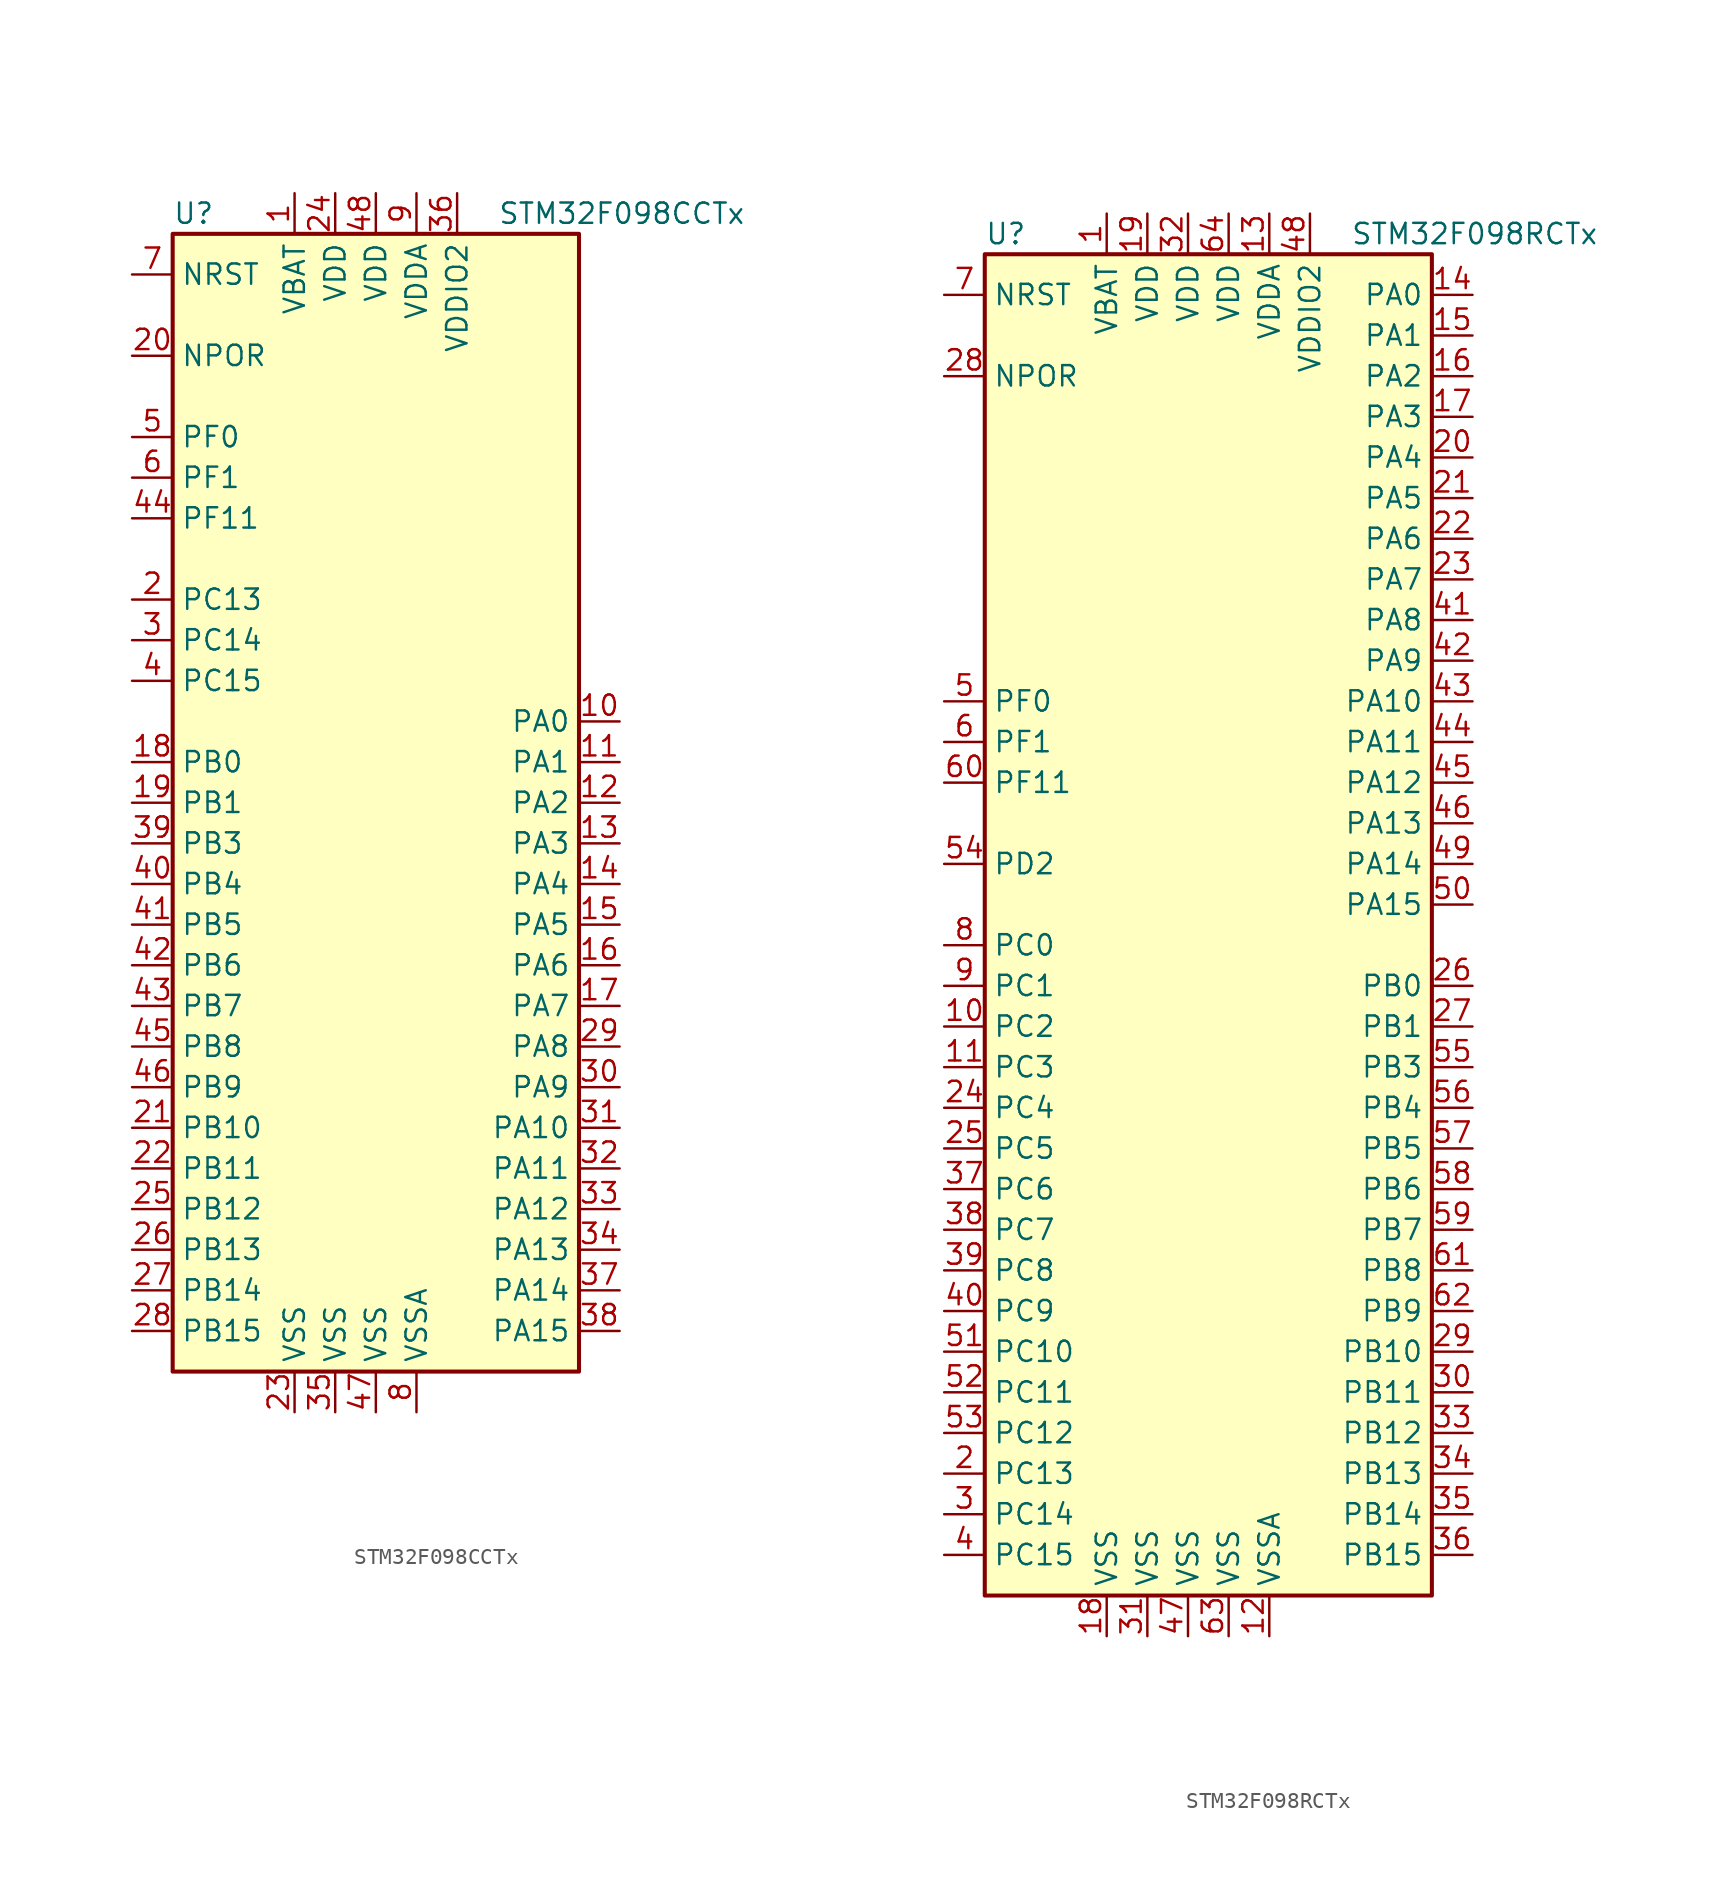
<source format=kicad_sym>
(kicad_symbol_lib
  (version 20201005)
  (generator kicad_symbol_editor)
  (symbol "MCU_ST_STM32F0:STM32F098CCTx"
    (property "Reference" "U"
      (at -12.7 36.83 0)
      (effects (font (size 1.27 1.27)) (justify left)))
    (property "Value" "STM32F098CCTx"
      (at 7.62 36.83 0)
      (effects (font (size 1.27 1.27)) (justify left)))
    (symbol "STM32F098CCTx_0_1"
      (rectangle (start -12.7 -35.56) (end 12.7 35.56) (stroke (width 0.254)) (fill (type background))))
    (symbol "STM32F098CCTx_1_1"
      (pin power_in line (at -5.08 38.1 270) (length 2.54) (name "VBAT" (effects (font (size 1.27 1.27)))) (number "1" (effects (font (size 1.27 1.27)))))
      (pin bidirectional line (at 15.24 5.08 180) (length 2.54) (name "PA0" (effects (font (size 1.27 1.27)))) (number "10" (effects (font (size 1.27 1.27)))))
      (pin bidirectional line (at 15.24 2.54 180) (length 2.54) (name "PA1" (effects (font (size 1.27 1.27)))) (number "11" (effects (font (size 1.27 1.27)))))
      (pin bidirectional line (at 15.24 0 180) (length 2.54) (name "PA2" (effects (font (size 1.27 1.27)))) (number "12" (effects (font (size 1.27 1.27)))))
      (pin bidirectional line (at 15.24 -2.54 180) (length 2.54) (name "PA3" (effects (font (size 1.27 1.27)))) (number "13" (effects (font (size 1.27 1.27)))))
      (pin bidirectional line (at 15.24 -5.08 180) (length 2.54) (name "PA4" (effects (font (size 1.27 1.27)))) (number "14" (effects (font (size 1.27 1.27)))))
      (pin bidirectional line (at 15.24 -7.62 180) (length 2.54) (name "PA5" (effects (font (size 1.27 1.27)))) (number "15" (effects (font (size 1.27 1.27)))))
      (pin bidirectional line (at 15.24 -10.16 180) (length 2.54) (name "PA6" (effects (font (size 1.27 1.27)))) (number "16" (effects (font (size 1.27 1.27)))))
      (pin bidirectional line (at 15.24 -12.7 180) (length 2.54) (name "PA7" (effects (font (size 1.27 1.27)))) (number "17" (effects (font (size 1.27 1.27)))))
      (pin bidirectional line (at -15.24 2.54 0) (length 2.54) (name "PB0" (effects (font (size 1.27 1.27)))) (number "18" (effects (font (size 1.27 1.27)))))
      (pin bidirectional line (at -15.24 0 0) (length 2.54) (name "PB1" (effects (font (size 1.27 1.27)))) (number "19" (effects (font (size 1.27 1.27)))))
      (pin bidirectional line (at -15.24 12.7 0) (length 2.54) (name "PC13" (effects (font (size 1.27 1.27)))) (number "2" (effects (font (size 1.27 1.27)))))
      (pin power_in line (at -15.24 27.94 0) (length 2.54) (name "NPOR" (effects (font (size 1.27 1.27)))) (number "20" (effects (font (size 1.27 1.27)))))
      (pin bidirectional line (at -15.24 -20.32 0) (length 2.54) (name "PB10" (effects (font (size 1.27 1.27)))) (number "21" (effects (font (size 1.27 1.27)))))
      (pin bidirectional line (at -15.24 -22.86 0) (length 2.54) (name "PB11" (effects (font (size 1.27 1.27)))) (number "22" (effects (font (size 1.27 1.27)))))
      (pin power_in line (at -5.08 -38.1 90) (length 2.54) (name "VSS" (effects (font (size 1.27 1.27)))) (number "23" (effects (font (size 1.27 1.27)))))
      (pin power_in line (at -2.54 38.1 270) (length 2.54) (name "VDD" (effects (font (size 1.27 1.27)))) (number "24" (effects (font (size 1.27 1.27)))))
      (pin bidirectional line (at -15.24 -25.4 0) (length 2.54) (name "PB12" (effects (font (size 1.27 1.27)))) (number "25" (effects (font (size 1.27 1.27)))))
      (pin bidirectional line (at -15.24 -27.94 0) (length 2.54) (name "PB13" (effects (font (size 1.27 1.27)))) (number "26" (effects (font (size 1.27 1.27)))))
      (pin bidirectional line (at -15.24 -30.48 0) (length 2.54) (name "PB14" (effects (font (size 1.27 1.27)))) (number "27" (effects (font (size 1.27 1.27)))))
      (pin bidirectional line (at -15.24 -33.02 0) (length 2.54) (name "PB15" (effects (font (size 1.27 1.27)))) (number "28" (effects (font (size 1.27 1.27)))))
      (pin bidirectional line (at 15.24 -15.24 180) (length 2.54) (name "PA8" (effects (font (size 1.27 1.27)))) (number "29" (effects (font (size 1.27 1.27)))))
      (pin bidirectional line (at -15.24 10.16 0) (length 2.54) (name "PC14" (effects (font (size 1.27 1.27)))) (number "3" (effects (font (size 1.27 1.27)))))
      (pin bidirectional line (at 15.24 -17.78 180) (length 2.54) (name "PA9" (effects (font (size 1.27 1.27)))) (number "30" (effects (font (size 1.27 1.27)))))
      (pin bidirectional line (at 15.24 -20.32 180) (length 2.54) (name "PA10" (effects (font (size 1.27 1.27)))) (number "31" (effects (font (size 1.27 1.27)))))
      (pin bidirectional line (at 15.24 -22.86 180) (length 2.54) (name "PA11" (effects (font (size 1.27 1.27)))) (number "32" (effects (font (size 1.27 1.27)))))
      (pin bidirectional line (at 15.24 -25.4 180) (length 2.54) (name "PA12" (effects (font (size 1.27 1.27)))) (number "33" (effects (font (size 1.27 1.27)))))
      (pin bidirectional line (at 15.24 -27.94 180) (length 2.54) (name "PA13" (effects (font (size 1.27 1.27)))) (number "34" (effects (font (size 1.27 1.27)))))
      (pin power_in line (at -2.54 -38.1 90) (length 2.54) (name "VSS" (effects (font (size 1.27 1.27)))) (number "35" (effects (font (size 1.27 1.27)))))
      (pin power_in line (at 5.08 38.1 270) (length 2.54) (name "VDDIO2" (effects (font (size 1.27 1.27)))) (number "36" (effects (font (size 1.27 1.27)))))
      (pin bidirectional line (at 15.24 -30.48 180) (length 2.54) (name "PA14" (effects (font (size 1.27 1.27)))) (number "37" (effects (font (size 1.27 1.27)))))
      (pin bidirectional line (at 15.24 -33.02 180) (length 2.54) (name "PA15" (effects (font (size 1.27 1.27)))) (number "38" (effects (font (size 1.27 1.27)))))
      (pin bidirectional line (at -15.24 -2.54 0) (length 2.54) (name "PB3" (effects (font (size 1.27 1.27)))) (number "39" (effects (font (size 1.27 1.27)))))
      (pin bidirectional line (at -15.24 7.62 0) (length 2.54) (name "PC15" (effects (font (size 1.27 1.27)))) (number "4" (effects (font (size 1.27 1.27)))))
      (pin bidirectional line (at -15.24 -5.08 0) (length 2.54) (name "PB4" (effects (font (size 1.27 1.27)))) (number "40" (effects (font (size 1.27 1.27)))))
      (pin bidirectional line (at -15.24 -7.62 0) (length 2.54) (name "PB5" (effects (font (size 1.27 1.27)))) (number "41" (effects (font (size 1.27 1.27)))))
      (pin bidirectional line (at -15.24 -10.16 0) (length 2.54) (name "PB6" (effects (font (size 1.27 1.27)))) (number "42" (effects (font (size 1.27 1.27)))))
      (pin bidirectional line (at -15.24 -12.7 0) (length 2.54) (name "PB7" (effects (font (size 1.27 1.27)))) (number "43" (effects (font (size 1.27 1.27)))))
      (pin bidirectional line (at -15.24 17.78 0) (length 2.54) (name "PF11" (effects (font (size 1.27 1.27)))) (number "44" (effects (font (size 1.27 1.27)))))
      (pin bidirectional line (at -15.24 -15.24 0) (length 2.54) (name "PB8" (effects (font (size 1.27 1.27)))) (number "45" (effects (font (size 1.27 1.27)))))
      (pin bidirectional line (at -15.24 -17.78 0) (length 2.54) (name "PB9" (effects (font (size 1.27 1.27)))) (number "46" (effects (font (size 1.27 1.27)))))
      (pin power_in line (at 0 -38.1 90) (length 2.54) (name "VSS" (effects (font (size 1.27 1.27)))) (number "47" (effects (font (size 1.27 1.27)))))
      (pin power_in line (at 0 38.1 270) (length 2.54) (name "VDD" (effects (font (size 1.27 1.27)))) (number "48" (effects (font (size 1.27 1.27)))))
      (pin input line (at -15.24 22.86 0) (length 2.54) (name "PF0" (effects (font (size 1.27 1.27)))) (number "5" (effects (font (size 1.27 1.27)))))
      (pin input line (at -15.24 20.32 0) (length 2.54) (name "PF1" (effects (font (size 1.27 1.27)))) (number "6" (effects (font (size 1.27 1.27)))))
      (pin input line (at -15.24 33.02 0) (length 2.54) (name "NRST" (effects (font (size 1.27 1.27)))) (number "7" (effects (font (size 1.27 1.27)))))
      (pin power_in line (at 2.54 -38.1 90) (length 2.54) (name "VSSA" (effects (font (size 1.27 1.27)))) (number "8" (effects (font (size 1.27 1.27)))))
      (pin power_in line (at 2.54 38.1 270) (length 2.54) (name "VDDA" (effects (font (size 1.27 1.27)))) (number "9" (effects (font (size 1.27 1.27)))))))
  (symbol "MCU_ST_STM32F0:STM32F098RCTx"
    (property "Reference" "U"
      (at -15.24 41.91 0)
      (effects (font (size 1.27 1.27)) (justify left)))
    (property "Value" "STM32F098RCTx"
      (at 7.62 41.91 0)
      (effects (font (size 1.27 1.27)) (justify left)))
    (symbol "STM32F098RCTx_0_1"
      (rectangle (start -15.24 -43.18) (end 12.7 40.64) (stroke (width 0.254)) (fill (type background))))
    (symbol "STM32F098RCTx_1_1"
      (pin power_in line (at -7.62 43.18 270) (length 2.54) (name "VBAT" (effects (font (size 1.27 1.27)))) (number "1" (effects (font (size 1.27 1.27)))))
      (pin bidirectional line (at -17.78 -7.62 0) (length 2.54) (name "PC2" (effects (font (size 1.27 1.27)))) (number "10" (effects (font (size 1.27 1.27)))))
      (pin bidirectional line (at -17.78 -10.16 0) (length 2.54) (name "PC3" (effects (font (size 1.27 1.27)))) (number "11" (effects (font (size 1.27 1.27)))))
      (pin power_in line (at 2.54 -45.72 90) (length 2.54) (name "VSSA" (effects (font (size 1.27 1.27)))) (number "12" (effects (font (size 1.27 1.27)))))
      (pin power_in line (at 2.54 43.18 270) (length 2.54) (name "VDDA" (effects (font (size 1.27 1.27)))) (number "13" (effects (font (size 1.27 1.27)))))
      (pin bidirectional line (at 15.24 38.1 180) (length 2.54) (name "PA0" (effects (font (size 1.27 1.27)))) (number "14" (effects (font (size 1.27 1.27)))))
      (pin bidirectional line (at 15.24 35.56 180) (length 2.54) (name "PA1" (effects (font (size 1.27 1.27)))) (number "15" (effects (font (size 1.27 1.27)))))
      (pin bidirectional line (at 15.24 33.02 180) (length 2.54) (name "PA2" (effects (font (size 1.27 1.27)))) (number "16" (effects (font (size 1.27 1.27)))))
      (pin bidirectional line (at 15.24 30.48 180) (length 2.54) (name "PA3" (effects (font (size 1.27 1.27)))) (number "17" (effects (font (size 1.27 1.27)))))
      (pin power_in line (at -7.62 -45.72 90) (length 2.54) (name "VSS" (effects (font (size 1.27 1.27)))) (number "18" (effects (font (size 1.27 1.27)))))
      (pin power_in line (at -5.08 43.18 270) (length 2.54) (name "VDD" (effects (font (size 1.27 1.27)))) (number "19" (effects (font (size 1.27 1.27)))))
      (pin bidirectional line (at -17.78 -35.56 0) (length 2.54) (name "PC13" (effects (font (size 1.27 1.27)))) (number "2" (effects (font (size 1.27 1.27)))))
      (pin bidirectional line (at 15.24 27.94 180) (length 2.54) (name "PA4" (effects (font (size 1.27 1.27)))) (number "20" (effects (font (size 1.27 1.27)))))
      (pin bidirectional line (at 15.24 25.4 180) (length 2.54) (name "PA5" (effects (font (size 1.27 1.27)))) (number "21" (effects (font (size 1.27 1.27)))))
      (pin bidirectional line (at 15.24 22.86 180) (length 2.54) (name "PA6" (effects (font (size 1.27 1.27)))) (number "22" (effects (font (size 1.27 1.27)))))
      (pin bidirectional line (at 15.24 20.32 180) (length 2.54) (name "PA7" (effects (font (size 1.27 1.27)))) (number "23" (effects (font (size 1.27 1.27)))))
      (pin bidirectional line (at -17.78 -12.7 0) (length 2.54) (name "PC4" (effects (font (size 1.27 1.27)))) (number "24" (effects (font (size 1.27 1.27)))))
      (pin bidirectional line (at -17.78 -15.24 0) (length 2.54) (name "PC5" (effects (font (size 1.27 1.27)))) (number "25" (effects (font (size 1.27 1.27)))))
      (pin bidirectional line (at 15.24 -5.08 180) (length 2.54) (name "PB0" (effects (font (size 1.27 1.27)))) (number "26" (effects (font (size 1.27 1.27)))))
      (pin bidirectional line (at 15.24 -7.62 180) (length 2.54) (name "PB1" (effects (font (size 1.27 1.27)))) (number "27" (effects (font (size 1.27 1.27)))))
      (pin power_in line (at -17.78 33.02 0) (length 2.54) (name "NPOR" (effects (font (size 1.27 1.27)))) (number "28" (effects (font (size 1.27 1.27)))))
      (pin bidirectional line (at 15.24 -27.94 180) (length 2.54) (name "PB10" (effects (font (size 1.27 1.27)))) (number "29" (effects (font (size 1.27 1.27)))))
      (pin bidirectional line (at -17.78 -38.1 0) (length 2.54) (name "PC14" (effects (font (size 1.27 1.27)))) (number "3" (effects (font (size 1.27 1.27)))))
      (pin bidirectional line (at 15.24 -30.48 180) (length 2.54) (name "PB11" (effects (font (size 1.27 1.27)))) (number "30" (effects (font (size 1.27 1.27)))))
      (pin power_in line (at -5.08 -45.72 90) (length 2.54) (name "VSS" (effects (font (size 1.27 1.27)))) (number "31" (effects (font (size 1.27 1.27)))))
      (pin power_in line (at -2.54 43.18 270) (length 2.54) (name "VDD" (effects (font (size 1.27 1.27)))) (number "32" (effects (font (size 1.27 1.27)))))
      (pin bidirectional line (at 15.24 -33.02 180) (length 2.54) (name "PB12" (effects (font (size 1.27 1.27)))) (number "33" (effects (font (size 1.27 1.27)))))
      (pin bidirectional line (at 15.24 -35.56 180) (length 2.54) (name "PB13" (effects (font (size 1.27 1.27)))) (number "34" (effects (font (size 1.27 1.27)))))
      (pin bidirectional line (at 15.24 -38.1 180) (length 2.54) (name "PB14" (effects (font (size 1.27 1.27)))) (number "35" (effects (font (size 1.27 1.27)))))
      (pin bidirectional line (at 15.24 -40.64 180) (length 2.54) (name "PB15" (effects (font (size 1.27 1.27)))) (number "36" (effects (font (size 1.27 1.27)))))
      (pin bidirectional line (at -17.78 -17.78 0) (length 2.54) (name "PC6" (effects (font (size 1.27 1.27)))) (number "37" (effects (font (size 1.27 1.27)))))
      (pin bidirectional line (at -17.78 -20.32 0) (length 2.54) (name "PC7" (effects (font (size 1.27 1.27)))) (number "38" (effects (font (size 1.27 1.27)))))
      (pin bidirectional line (at -17.78 -22.86 0) (length 2.54) (name "PC8" (effects (font (size 1.27 1.27)))) (number "39" (effects (font (size 1.27 1.27)))))
      (pin bidirectional line (at -17.78 -40.64 0) (length 2.54) (name "PC15" (effects (font (size 1.27 1.27)))) (number "4" (effects (font (size 1.27 1.27)))))
      (pin bidirectional line (at -17.78 -25.4 0) (length 2.54) (name "PC9" (effects (font (size 1.27 1.27)))) (number "40" (effects (font (size 1.27 1.27)))))
      (pin bidirectional line (at 15.24 17.78 180) (length 2.54) (name "PA8" (effects (font (size 1.27 1.27)))) (number "41" (effects (font (size 1.27 1.27)))))
      (pin bidirectional line (at 15.24 15.24 180) (length 2.54) (name "PA9" (effects (font (size 1.27 1.27)))) (number "42" (effects (font (size 1.27 1.27)))))
      (pin bidirectional line (at 15.24 12.7 180) (length 2.54) (name "PA10" (effects (font (size 1.27 1.27)))) (number "43" (effects (font (size 1.27 1.27)))))
      (pin bidirectional line (at 15.24 10.16 180) (length 2.54) (name "PA11" (effects (font (size 1.27 1.27)))) (number "44" (effects (font (size 1.27 1.27)))))
      (pin bidirectional line (at 15.24 7.62 180) (length 2.54) (name "PA12" (effects (font (size 1.27 1.27)))) (number "45" (effects (font (size 1.27 1.27)))))
      (pin bidirectional line (at 15.24 5.08 180) (length 2.54) (name "PA13" (effects (font (size 1.27 1.27)))) (number "46" (effects (font (size 1.27 1.27)))))
      (pin power_in line (at -2.54 -45.72 90) (length 2.54) (name "VSS" (effects (font (size 1.27 1.27)))) (number "47" (effects (font (size 1.27 1.27)))))
      (pin power_in line (at 5.08 43.18 270) (length 2.54) (name "VDDIO2" (effects (font (size 1.27 1.27)))) (number "48" (effects (font (size 1.27 1.27)))))
      (pin bidirectional line (at 15.24 2.54 180) (length 2.54) (name "PA14" (effects (font (size 1.27 1.27)))) (number "49" (effects (font (size 1.27 1.27)))))
      (pin input line (at -17.78 12.7 0) (length 2.54) (name "PF0" (effects (font (size 1.27 1.27)))) (number "5" (effects (font (size 1.27 1.27)))))
      (pin bidirectional line (at 15.24 0 180) (length 2.54) (name "PA15" (effects (font (size 1.27 1.27)))) (number "50" (effects (font (size 1.27 1.27)))))
      (pin bidirectional line (at -17.78 -27.94 0) (length 2.54) (name "PC10" (effects (font (size 1.27 1.27)))) (number "51" (effects (font (size 1.27 1.27)))))
      (pin bidirectional line (at -17.78 -30.48 0) (length 2.54) (name "PC11" (effects (font (size 1.27 1.27)))) (number "52" (effects (font (size 1.27 1.27)))))
      (pin bidirectional line (at -17.78 -33.02 0) (length 2.54) (name "PC12" (effects (font (size 1.27 1.27)))) (number "53" (effects (font (size 1.27 1.27)))))
      (pin bidirectional line (at -17.78 2.54 0) (length 2.54) (name "PD2" (effects (font (size 1.27 1.27)))) (number "54" (effects (font (size 1.27 1.27)))))
      (pin bidirectional line (at 15.24 -10.16 180) (length 2.54) (name "PB3" (effects (font (size 1.27 1.27)))) (number "55" (effects (font (size 1.27 1.27)))))
      (pin bidirectional line (at 15.24 -12.7 180) (length 2.54) (name "PB4" (effects (font (size 1.27 1.27)))) (number "56" (effects (font (size 1.27 1.27)))))
      (pin bidirectional line (at 15.24 -15.24 180) (length 2.54) (name "PB5" (effects (font (size 1.27 1.27)))) (number "57" (effects (font (size 1.27 1.27)))))
      (pin bidirectional line (at 15.24 -17.78 180) (length 2.54) (name "PB6" (effects (font (size 1.27 1.27)))) (number "58" (effects (font (size 1.27 1.27)))))
      (pin bidirectional line (at 15.24 -20.32 180) (length 2.54) (name "PB7" (effects (font (size 1.27 1.27)))) (number "59" (effects (font (size 1.27 1.27)))))
      (pin input line (at -17.78 10.16 0) (length 2.54) (name "PF1" (effects (font (size 1.27 1.27)))) (number "6" (effects (font (size 1.27 1.27)))))
      (pin bidirectional line (at -17.78 7.62 0) (length 2.54) (name "PF11" (effects (font (size 1.27 1.27)))) (number "60" (effects (font (size 1.27 1.27)))))
      (pin bidirectional line (at 15.24 -22.86 180) (length 2.54) (name "PB8" (effects (font (size 1.27 1.27)))) (number "61" (effects (font (size 1.27 1.27)))))
      (pin bidirectional line (at 15.24 -25.4 180) (length 2.54) (name "PB9" (effects (font (size 1.27 1.27)))) (number "62" (effects (font (size 1.27 1.27)))))
      (pin power_in line (at 0 -45.72 90) (length 2.54) (name "VSS" (effects (font (size 1.27 1.27)))) (number "63" (effects (font (size 1.27 1.27)))))
      (pin power_in line (at 0 43.18 270) (length 2.54) (name "VDD" (effects (font (size 1.27 1.27)))) (number "64" (effects (font (size 1.27 1.27)))))
      (pin input line (at -17.78 38.1 0) (length 2.54) (name "NRST" (effects (font (size 1.27 1.27)))) (number "7" (effects (font (size 1.27 1.27)))))
      (pin bidirectional line (at -17.78 -2.54 0) (length 2.54) (name "PC0" (effects (font (size 1.27 1.27)))) (number "8" (effects (font (size 1.27 1.27)))))
      (pin bidirectional line (at -17.78 -5.08 0) (length 2.54) (name "PC1" (effects (font (size 1.27 1.27)))) (number "9" (effects (font (size 1.27 1.27))))))))
</source>
